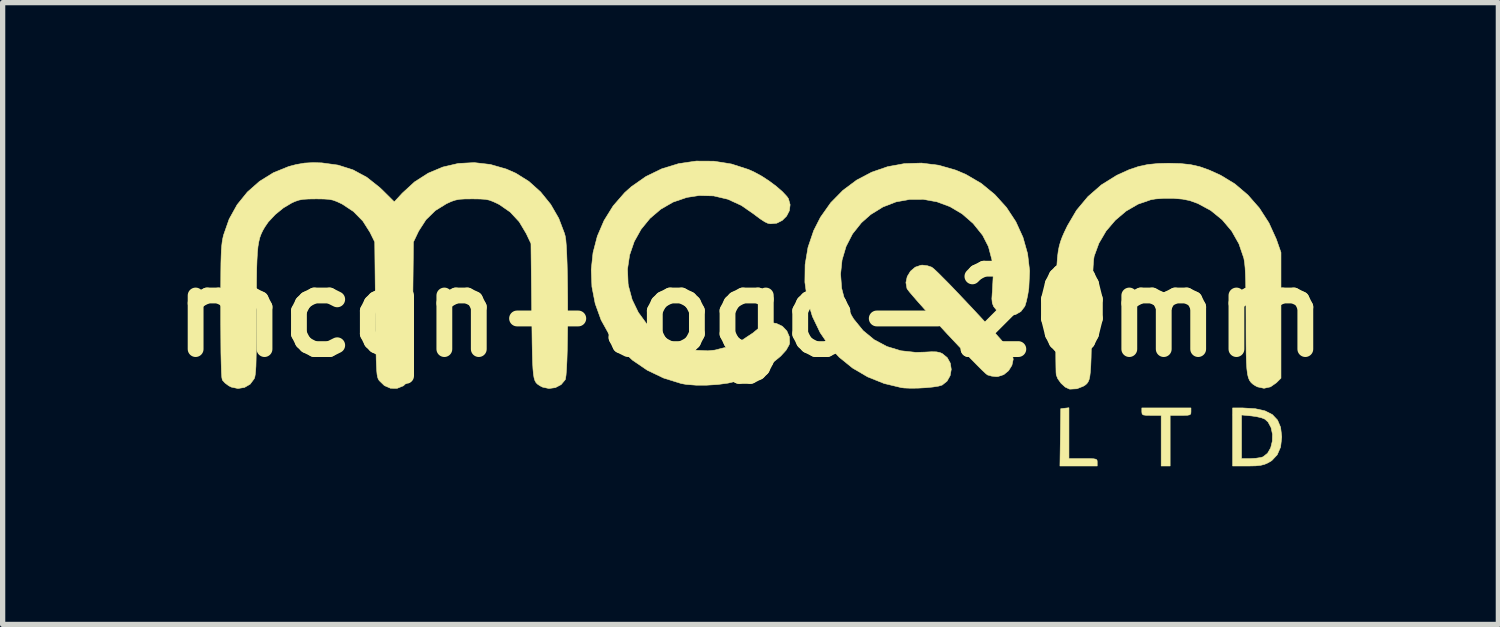
<source format=kicad_pcb>
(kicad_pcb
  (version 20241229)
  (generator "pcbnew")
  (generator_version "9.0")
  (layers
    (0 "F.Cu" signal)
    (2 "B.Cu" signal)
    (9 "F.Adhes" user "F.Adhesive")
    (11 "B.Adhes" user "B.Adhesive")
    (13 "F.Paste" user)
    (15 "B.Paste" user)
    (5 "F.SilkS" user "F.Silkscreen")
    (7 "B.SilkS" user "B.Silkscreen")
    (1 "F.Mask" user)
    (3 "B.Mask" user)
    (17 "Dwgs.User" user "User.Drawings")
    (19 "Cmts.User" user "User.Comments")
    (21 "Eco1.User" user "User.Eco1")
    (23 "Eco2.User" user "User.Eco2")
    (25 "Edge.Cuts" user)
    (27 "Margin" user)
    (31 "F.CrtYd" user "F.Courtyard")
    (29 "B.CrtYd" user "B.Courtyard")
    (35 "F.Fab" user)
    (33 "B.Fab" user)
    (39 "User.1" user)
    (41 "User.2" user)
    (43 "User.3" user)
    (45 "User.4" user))
  (footprint "mcqn-logo-20mm"
    (layer "F.Cu")
    (at 11.183 2.881)
    (property "Reference" "mcqn-logo-20mm" (at 0 0 0) (layer "F.SilkS") (effects (font (size 1.524 1.524) (thickness 0.3))))
    (attr through_hole)
    (fp_poly (pts (xy 6.04 2.766) (xy 6.308 2.766) (xy 6.432 2.766) (xy 6.51 2.77) (xy 6.553 2.779) (xy 6.572 2.796) (xy 6.576 2.824) (xy 6.576 2.836) (xy 6.576 2.907) (xy 5.869 2.907) (xy 5.877 2.364) (xy 5.884 1.82) (xy 5.962 1.811) (xy 6.04 1.802) (xy 6.04 2.766)) (stroke (width 0.01) (type solid)) (fill yes) (layer "F.SilkS"))
    (fp_poly (pts (xy 8.354 1.877) (xy 8.351 1.914) (xy 8.334 1.935) (xy 8.291 1.944) (xy 8.209 1.947) (xy 8.156 1.947) (xy 7.959 1.947) (xy 7.959 2.907) (xy 7.789 2.907) (xy 7.789 1.947) (xy 7.606 1.947) (xy 7.507 1.946) (xy 7.452 1.939) (xy 7.428 1.921) (xy 7.423 1.888) (xy 7.422 1.877) (xy 7.422 1.806) (xy 8.354 1.806) (xy 8.354 1.877)) (stroke (width 0.01) (type solid)) (fill yes) (layer "F.SilkS"))
    (fp_poly (pts (xy 9.573 1.82) (xy 9.758 1.861) (xy 9.898 1.932) (xy 9.996 2.036) (xy 10.054 2.173) (xy 10.075 2.346) (xy 10.075 2.364) (xy 10.054 2.547) (xy 9.99 2.694) (xy 9.886 2.805) (xy 9.822 2.843) (xy 9.751 2.875) (xy 9.676 2.894) (xy 9.58 2.904) (xy 9.448 2.907) (xy 9.42 2.907) (xy 9.144 2.907) (xy 9.144 2.766) (xy 9.313 2.766) (xy 9.481 2.766) (xy 9.586 2.76) (xy 9.678 2.746) (xy 9.721 2.733) (xy 9.807 2.665) (xy 9.866 2.562) (xy 9.897 2.436) (xy 9.9 2.304) (xy 9.873 2.178) (xy 9.816 2.073) (xy 9.757 2.019) (xy 9.693 1.993) (xy 9.595 1.97) (xy 9.501 1.957) (xy 9.313 1.939) (xy 9.313 2.766) (xy 9.144 2.766) (xy 9.144 1.806) (xy 9.34 1.806) (xy 9.573 1.82)) (stroke (width 0.01) (type solid)) (fill yes) (layer "F.SilkS"))
    (fp_poly (pts (xy 3.356 -0.891) (xy 3.437 -0.864) (xy 3.478 -0.832) (xy 3.551 -0.764) (xy 3.65 -0.665) (xy 3.771 -0.543) (xy 3.907 -0.401) (xy 4.054 -0.246) (xy 4.207 -0.084) (xy 4.359 0.079) (xy 4.505 0.238) (xy 4.64 0.387) (xy 4.758 0.52) (xy 4.855 0.631) (xy 4.924 0.714) (xy 4.96 0.764) (xy 4.963 0.77) (xy 4.983 0.884) (xy 4.958 0.998) (xy 4.895 1.099) (xy 4.804 1.174) (xy 4.694 1.21) (xy 4.662 1.212) (xy 4.573 1.202) (xy 4.499 1.181) (xy 4.496 1.18) (xy 4.458 1.15) (xy 4.388 1.084) (xy 4.292 0.988) (xy 4.173 0.867) (xy 4.038 0.727) (xy 3.893 0.573) (xy 3.741 0.412) (xy 3.59 0.248) (xy 3.443 0.089) (xy 3.307 -0.061) (xy 3.187 -0.195) (xy 3.088 -0.309) (xy 3.015 -0.395) (xy 2.974 -0.449) (xy 2.968 -0.46) (xy 2.948 -0.572) (xy 2.973 -0.686) (xy 3.035 -0.788) (xy 3.125 -0.864) (xy 3.234 -0.901) (xy 3.263 -0.903) (xy 3.356 -0.891)) (stroke (width 0.01) (type solid)) (fill yes) (layer "F.SilkS"))
    (fp_poly (pts (xy -0.695 -2.874) (xy -0.362 -2.821) (xy -0.039 -2.717) (xy 0.072 -2.667) (xy 0.212 -2.591) (xy 0.356 -2.497) (xy 0.491 -2.396) (xy 0.607 -2.295) (xy 0.691 -2.205) (xy 0.72 -2.163) (xy 0.752 -2.049) (xy 0.738 -1.936) (xy 0.685 -1.833) (xy 0.602 -1.75) (xy 0.498 -1.698) (xy 0.38 -1.687) (xy 0.33 -1.696) (xy 0.271 -1.724) (xy 0.186 -1.779) (xy 0.092 -1.849) (xy 0.076 -1.862) (xy -0.173 -2.035) (xy -0.431 -2.153) (xy -0.699 -2.216) (xy -0.974 -2.223) (xy -1.207 -2.187) (xy -1.468 -2.098) (xy -1.702 -1.963) (xy -1.906 -1.789) (xy -2.075 -1.582) (xy -2.205 -1.349) (xy -2.292 -1.095) (xy -2.332 -0.828) (xy -2.321 -0.553) (xy -2.315 -0.512) (xy -2.244 -0.248) (xy -2.127 -0.006) (xy -1.97 0.209) (xy -1.78 0.393) (xy -1.563 0.541) (xy -1.324 0.648) (xy -1.07 0.71) (xy -0.807 0.722) (xy -0.677 0.709) (xy -0.426 0.645) (xy -0.179 0.533) (xy 0.05 0.382) (xy 0.096 0.343) (xy 0.211 0.253) (xy 0.307 0.204) (xy 0.397 0.189) (xy 0.491 0.203) (xy 0.605 0.257) (xy 0.69 0.346) (xy 0.738 0.457) (xy 0.742 0.574) (xy 0.733 0.609) (xy 0.676 0.71) (xy 0.574 0.822) (xy 0.435 0.937) (xy 0.268 1.049) (xy 0.083 1.153) (xy -0.113 1.243) (xy -0.268 1.298) (xy -0.426 1.335) (xy -0.619 1.361) (xy -0.828 1.374) (xy -1.034 1.374) (xy -1.216 1.36) (xy -1.312 1.343) (xy -1.647 1.239) (xy -1.958 1.09) (xy -2.238 0.899) (xy -2.482 0.671) (xy -2.67 0.431) (xy -2.833 0.137) (xy -2.945 -0.173) (xy -3.007 -0.493) (xy -3.02 -0.816) (xy -2.986 -1.138) (xy -2.905 -1.45) (xy -2.777 -1.748) (xy -2.605 -2.025) (xy -2.388 -2.275) (xy -2.26 -2.39) (xy -1.982 -2.584) (xy -1.681 -2.73) (xy -1.361 -2.828) (xy -1.03 -2.876) (xy -0.695 -2.874)) (stroke (width 0.01) (type solid)) (fill yes) (layer "F.SilkS"))
    (fp_poly (pts (xy 3.571 -2.797) (xy 3.894 -2.704) (xy 4.083 -2.624) (xy 4.376 -2.453) (xy 4.633 -2.242) (xy 4.854 -1.998) (xy 5.033 -1.726) (xy 5.168 -1.43) (xy 5.256 -1.118) (xy 5.294 -0.794) (xy 5.279 -0.465) (xy 5.278 -0.459) (xy 5.258 -0.334) (xy 5.233 -0.219) (xy 5.208 -0.135) (xy 5.201 -0.119) (xy 5.128 -0.023) (xy 5.027 0.035) (xy 4.911 0.055) (xy 4.795 0.036) (xy 4.691 -0.02) (xy 4.613 -0.116) (xy 4.612 -0.117) (xy 4.586 -0.184) (xy 4.578 -0.265) (xy 4.585 -0.377) (xy 4.587 -0.392) (xy 4.604 -0.717) (xy 4.579 -1.004) (xy 4.513 -1.254) (xy 4.404 -1.467) (xy 4.404 -1.468) (xy 4.223 -1.693) (xy 4.014 -1.875) (xy 3.783 -2.012) (xy 3.535 -2.104) (xy 3.278 -2.15) (xy 3.018 -2.149) (xy 2.76 -2.102) (xy 2.512 -2.006) (xy 2.279 -1.862) (xy 2.104 -1.707) (xy 1.935 -1.495) (xy 1.813 -1.257) (xy 1.737 -1.001) (xy 1.709 -0.734) (xy 1.729 -0.465) (xy 1.798 -0.2) (xy 1.916 0.052) (xy 1.96 0.123) (xy 2.136 0.339) (xy 2.346 0.512) (xy 2.586 0.64) (xy 2.851 0.721) (xy 3.136 0.752) (xy 3.305 0.747) (xy 3.436 0.74) (xy 3.527 0.742) (xy 3.593 0.756) (xy 3.636 0.774) (xy 3.732 0.852) (xy 3.79 0.957) (xy 3.808 1.075) (xy 3.787 1.193) (xy 3.728 1.298) (xy 3.635 1.372) (xy 3.567 1.392) (xy 3.459 1.409) (xy 3.324 1.422) (xy 3.179 1.43) (xy 3.038 1.432) (xy 2.917 1.427) (xy 2.865 1.421) (xy 2.535 1.342) (xy 2.223 1.217) (xy 1.936 1.049) (xy 1.683 0.844) (xy 1.518 0.665) (xy 1.322 0.378) (xy 1.175 0.072) (xy 1.078 -0.249) (xy 1.032 -0.579) (xy 1.036 -0.911) (xy 1.091 -1.239) (xy 1.199 -1.558) (xy 1.327 -1.81) (xy 1.522 -2.086) (xy 1.753 -2.321) (xy 2.013 -2.515) (xy 2.298 -2.665) (xy 2.602 -2.77) (xy 2.919 -2.828) (xy 3.244 -2.838) (xy 3.571 -2.797)) (stroke (width 0.01) (type solid)) (fill yes) (layer "F.SilkS"))
    (fp_poly (pts (xy 8.156 -2.829) (xy 8.345 -2.809) (xy 8.519 -2.77) (xy 8.696 -2.707) (xy 8.898 -2.616) (xy 8.917 -2.607) (xy 9.187 -2.443) (xy 9.434 -2.233) (xy 9.652 -1.984) (xy 9.833 -1.703) (xy 9.972 -1.397) (xy 9.982 -1.369) (xy 10.061 -1.143) (xy 10.061 1.241) (xy 9.974 1.328) (xy 9.862 1.406) (xy 9.739 1.433) (xy 9.615 1.406) (xy 9.573 1.384) (xy 9.529 1.355) (xy 9.494 1.323) (xy 9.465 1.284) (xy 9.443 1.232) (xy 9.426 1.161) (xy 9.414 1.064) (xy 9.406 0.938) (xy 9.401 0.776) (xy 9.399 0.571) (xy 9.398 0.32) (xy 9.398 0.135) (xy 9.397 -0.151) (xy 9.395 -0.387) (xy 9.392 -0.578) (xy 9.387 -0.73) (xy 9.381 -0.849) (xy 9.372 -0.941) (xy 9.361 -1.011) (xy 9.356 -1.037) (xy 9.264 -1.306) (xy 9.126 -1.55) (xy 8.946 -1.763) (xy 8.73 -1.939) (xy 8.484 -2.072) (xy 8.327 -2.128) (xy 8.191 -2.155) (xy 8.023 -2.169) (xy 7.845 -2.17) (xy 7.68 -2.158) (xy 7.593 -2.143) (xy 7.35 -2.059) (xy 7.123 -1.927) (xy 6.919 -1.754) (xy 6.744 -1.549) (xy 6.608 -1.317) (xy 6.518 -1.072) (xy 6.508 -1.005) (xy 6.499 -0.884) (xy 6.491 -0.711) (xy 6.483 -0.49) (xy 6.477 -0.222) (xy 6.472 0.089) (xy 6.472 0.141) (xy 6.468 0.428) (xy 6.464 0.663) (xy 6.46 0.853) (xy 6.454 1.003) (xy 6.446 1.119) (xy 6.436 1.205) (xy 6.422 1.268) (xy 6.403 1.312) (xy 6.38 1.344) (xy 6.352 1.369) (xy 6.317 1.391) (xy 6.314 1.393) (xy 6.191 1.442) (xy 6.061 1.449) (xy 6.047 1.447) (xy 5.969 1.41) (xy 5.89 1.338) (xy 5.827 1.25) (xy 5.799 1.177) (xy 5.795 1.129) (xy 5.793 1.031) (xy 5.791 0.891) (xy 5.79 0.714) (xy 5.79 0.508) (xy 5.791 0.28) (xy 5.793 0.035) (xy 5.793 -0.00017) (xy 5.796 -0.296) (xy 5.8 -0.542) (xy 5.805 -0.744) (xy 5.812 -0.911) (xy 5.822 -1.048) (xy 5.836 -1.162) (xy 5.855 -1.259) (xy 5.88 -1.348) (xy 5.911 -1.433) (xy 5.95 -1.522) (xy 5.998 -1.622) (xy 6.012 -1.651) (xy 6.183 -1.942) (xy 6.4 -2.202) (xy 6.654 -2.424) (xy 6.941 -2.603) (xy 6.985 -2.624) (xy 7.182 -2.713) (xy 7.359 -2.773) (xy 7.537 -2.811) (xy 7.733 -2.83) (xy 7.93 -2.835) (xy 8.156 -2.829)) (stroke (width 0.01) (type solid)) (fill yes) (layer "F.SilkS"))
    (fp_poly (pts (xy -4.934 -2.812) (xy -4.631 -2.725) (xy -4.451 -2.646) (xy -4.203 -2.491) (xy -3.98 -2.291) (xy -3.789 -2.055) (xy -3.636 -1.79) (xy -3.528 -1.506) (xy -3.514 -1.455) (xy -3.502 -1.38) (xy -3.492 -1.26) (xy -3.484 -1.101) (xy -3.477 -0.91) (xy -3.472 -0.694) (xy -3.469 -0.461) (xy -3.467 -0.217) (xy -3.467 0.03) (xy -3.468 0.273) (xy -3.471 0.506) (xy -3.475 0.721) (xy -3.481 0.91) (xy -3.489 1.067) (xy -3.498 1.185) (xy -3.509 1.257) (xy -3.514 1.271) (xy -3.591 1.363) (xy -3.699 1.42) (xy -3.822 1.437) (xy -3.943 1.411) (xy -3.977 1.394) (xy -4.013 1.372) (xy -4.043 1.351) (xy -4.068 1.324) (xy -4.088 1.288) (xy -4.104 1.236) (xy -4.116 1.164) (xy -4.125 1.068) (xy -4.132 0.941) (xy -4.137 0.778) (xy -4.141 0.576) (xy -4.144 0.328) (xy -4.148 0.03) (xy -4.149 -0.042) (xy -4.163 -1.312) (xy -4.253 -1.502) (xy -4.386 -1.725) (xy -4.557 -1.909) (xy -4.759 -2.049) (xy -4.794 -2.068) (xy -4.883 -2.109) (xy -4.956 -2.136) (xy -5.031 -2.151) (xy -5.126 -2.157) (xy -5.258 -2.159) (xy -5.277 -2.159) (xy -5.415 -2.158) (xy -5.515 -2.152) (xy -5.593 -2.137) (xy -5.669 -2.112) (xy -5.759 -2.071) (xy -5.764 -2.069) (xy -5.976 -1.938) (xy -6.154 -1.764) (xy -6.291 -1.552) (xy -6.305 -1.524) (xy -6.392 -1.341) (xy -6.406 -0.066) (xy -6.41 0.236) (xy -6.413 0.486) (xy -6.416 0.691) (xy -6.42 0.854) (xy -6.424 0.981) (xy -6.428 1.078) (xy -6.434 1.15) (xy -6.442 1.201) (xy -6.451 1.236) (xy -6.462 1.262) (xy -6.475 1.283) (xy -6.48 1.289) (xy -6.582 1.386) (xy -6.701 1.434) (xy -6.825 1.433) (xy -6.943 1.382) (xy -7.039 1.289) (xy -7.053 1.269) (xy -7.064 1.245) (xy -7.074 1.213) (xy -7.082 1.167) (xy -7.088 1.102) (xy -7.093 1.013) (xy -7.098 0.896) (xy -7.101 0.744) (xy -7.105 0.552) (xy -7.108 0.316) (xy -7.111 0.031) (xy -7.112 -0.066) (xy -7.126 -1.342) (xy -7.216 -1.525) (xy -7.352 -1.739) (xy -7.53 -1.92) (xy -7.742 -2.06) (xy -7.76 -2.069) (xy -7.848 -2.11) (xy -7.92 -2.136) (xy -7.996 -2.151) (xy -8.091 -2.157) (xy -8.224 -2.159) (xy -8.24 -2.159) (xy -8.382 -2.157) (xy -8.483 -2.151) (xy -8.563 -2.136) (xy -8.637 -2.111) (xy -8.699 -2.083) (xy -8.857 -1.989) (xy -9.012 -1.863) (xy -9.145 -1.721) (xy -9.213 -1.622) (xy -9.25 -1.557) (xy -9.28 -1.494) (xy -9.305 -1.427) (xy -9.324 -1.349) (xy -9.34 -1.256) (xy -9.351 -1.141) (xy -9.359 -0.999) (xy -9.365 -0.824) (xy -9.368 -0.611) (xy -9.369 -0.353) (xy -9.37 -0.046) (xy -9.37 -0.005) (xy -9.37 0.29) (xy -9.371 0.534) (xy -9.373 0.733) (xy -9.376 0.89) (xy -9.379 1.012) (xy -9.385 1.104) (xy -9.392 1.17) (xy -9.4 1.217) (xy -9.411 1.249) (xy -9.413 1.253) (xy -9.489 1.355) (xy -9.596 1.417) (xy -9.72 1.437) (xy -9.847 1.41) (xy -9.897 1.384) (xy -9.966 1.332) (xy -10.014 1.279) (xy -10.017 1.273) (xy -10.026 1.228) (xy -10.033 1.127) (xy -10.038 0.969) (xy -10.043 0.757) (xy -10.045 0.489) (xy -10.047 0.166) (xy -10.047 -0.022) (xy -10.047 -0.322) (xy -10.046 -0.572) (xy -10.045 -0.778) (xy -10.043 -0.944) (xy -10.039 -1.077) (xy -10.035 -1.184) (xy -10.028 -1.268) (xy -10.02 -1.338) (xy -10.01 -1.398) (xy -9.998 -1.454) (xy -9.991 -1.479) (xy -9.887 -1.776) (xy -9.736 -2.048) (xy -9.542 -2.288) (xy -9.311 -2.492) (xy -9.048 -2.655) (xy -8.758 -2.773) (xy -8.618 -2.81) (xy -8.458 -2.838) (xy -8.295 -2.847) (xy -8.13 -2.842) (xy -7.822 -2.8) (xy -7.539 -2.71) (xy -7.277 -2.569) (xy -7.032 -2.375) (xy -6.969 -2.315) (xy -6.755 -2.103) (xy -6.604 -2.267) (xy -6.371 -2.481) (xy -6.113 -2.646) (xy -5.835 -2.763) (xy -5.542 -2.831) (xy -5.239 -2.847) (xy -4.934 -2.812)) (stroke (width 0.01) (type solid)) (fill yes) (layer "F.SilkS")))
  (gr_rect
    (start -3 -3)
    (end 25.367 8.793)
    (stroke (width 0.1) (type default))
    (fill no)
    (layer "Edge.Cuts")))
</source>
